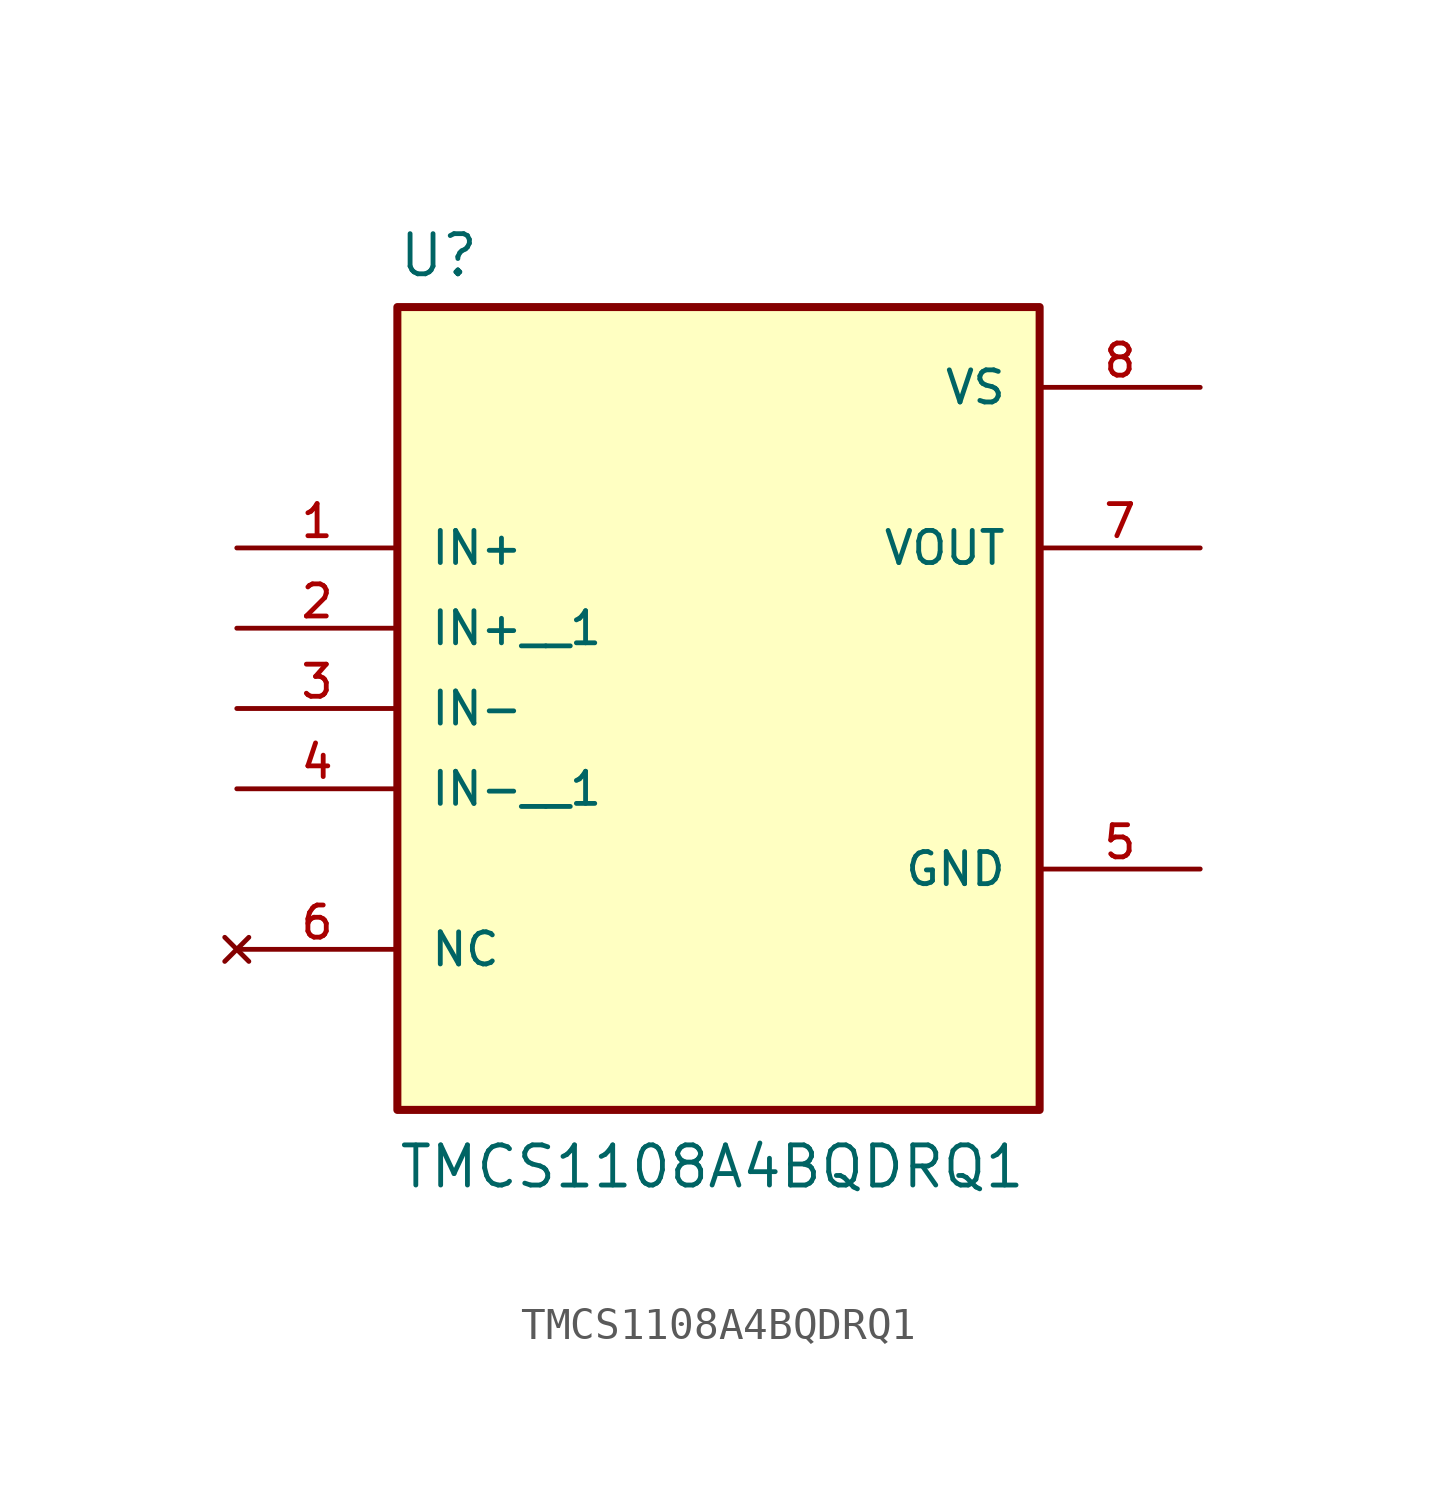
<source format=kicad_sym>
(kicad_symbol_lib
  (version 20211014)
  (generator kicad_symbol_editor)
  (symbol "TMCS1108A4BQDRQ1"
    (pin_names
      (offset 1.016))
    (property "Reference" "U"
      (at -10.16 11.049 0)
      (effects (font (size 1.27 1.27)) (justify bottom left)))
    (property "Value" "TMCS1108A4BQDRQ1"
      (at -10.16 -17.78 0)
      (effects (font (size 1.27 1.27)) (justify bottom left)))
    (symbol "TMCS1108A4BQDRQ1_0_0"
      (rectangle (start -10.16 -15.24) (end 10.16 10.16) (stroke (width 0.254)) (fill (type background)))
      (pin input line (at -15.24 2.54 0) (length 5.08) (name "IN+" (effects (font (size 1.016 1.016)))) (number "1" (effects (font (size 1.016 1.016)))))
      (pin input line (at -15.24 -2.54 0) (length 5.08) (name "IN-" (effects (font (size 1.016 1.016)))) (number "3" (effects (font (size 1.016 1.016)))))
      (pin power_in line (at 15.24 7.62 180.0) (length 5.08) (name "VS" (effects (font (size 1.016 1.016)))) (number "8" (effects (font (size 1.016 1.016)))))
      (pin output line (at 15.24 2.54 180.0) (length 5.08) (name "VOUT" (effects (font (size 1.016 1.016)))) (number "7" (effects (font (size 1.016 1.016)))))
      (pin no_connect line (at -15.24 -10.16 0) (length 5.08) (name "NC" (effects (font (size 1.016 1.016)))) (number "6" (effects (font (size 1.016 1.016)))))
      (pin power_in line (at 15.24 -7.62 180.0) (length 5.08) (name "GND" (effects (font (size 1.016 1.016)))) (number "5" (effects (font (size 1.016 1.016)))))
      (pin input line (at -15.24 0.0 0) (length 5.08) (name "IN+__1" (effects (font (size 1.016 1.016)))) (number "2" (effects (font (size 1.016 1.016)))))
      (pin input line (at -15.24 -5.08 0) (length 5.08) (name "IN-__1" (effects (font (size 1.016 1.016)))) (number "4" (effects (font (size 1.016 1.016))))))))
</source>
